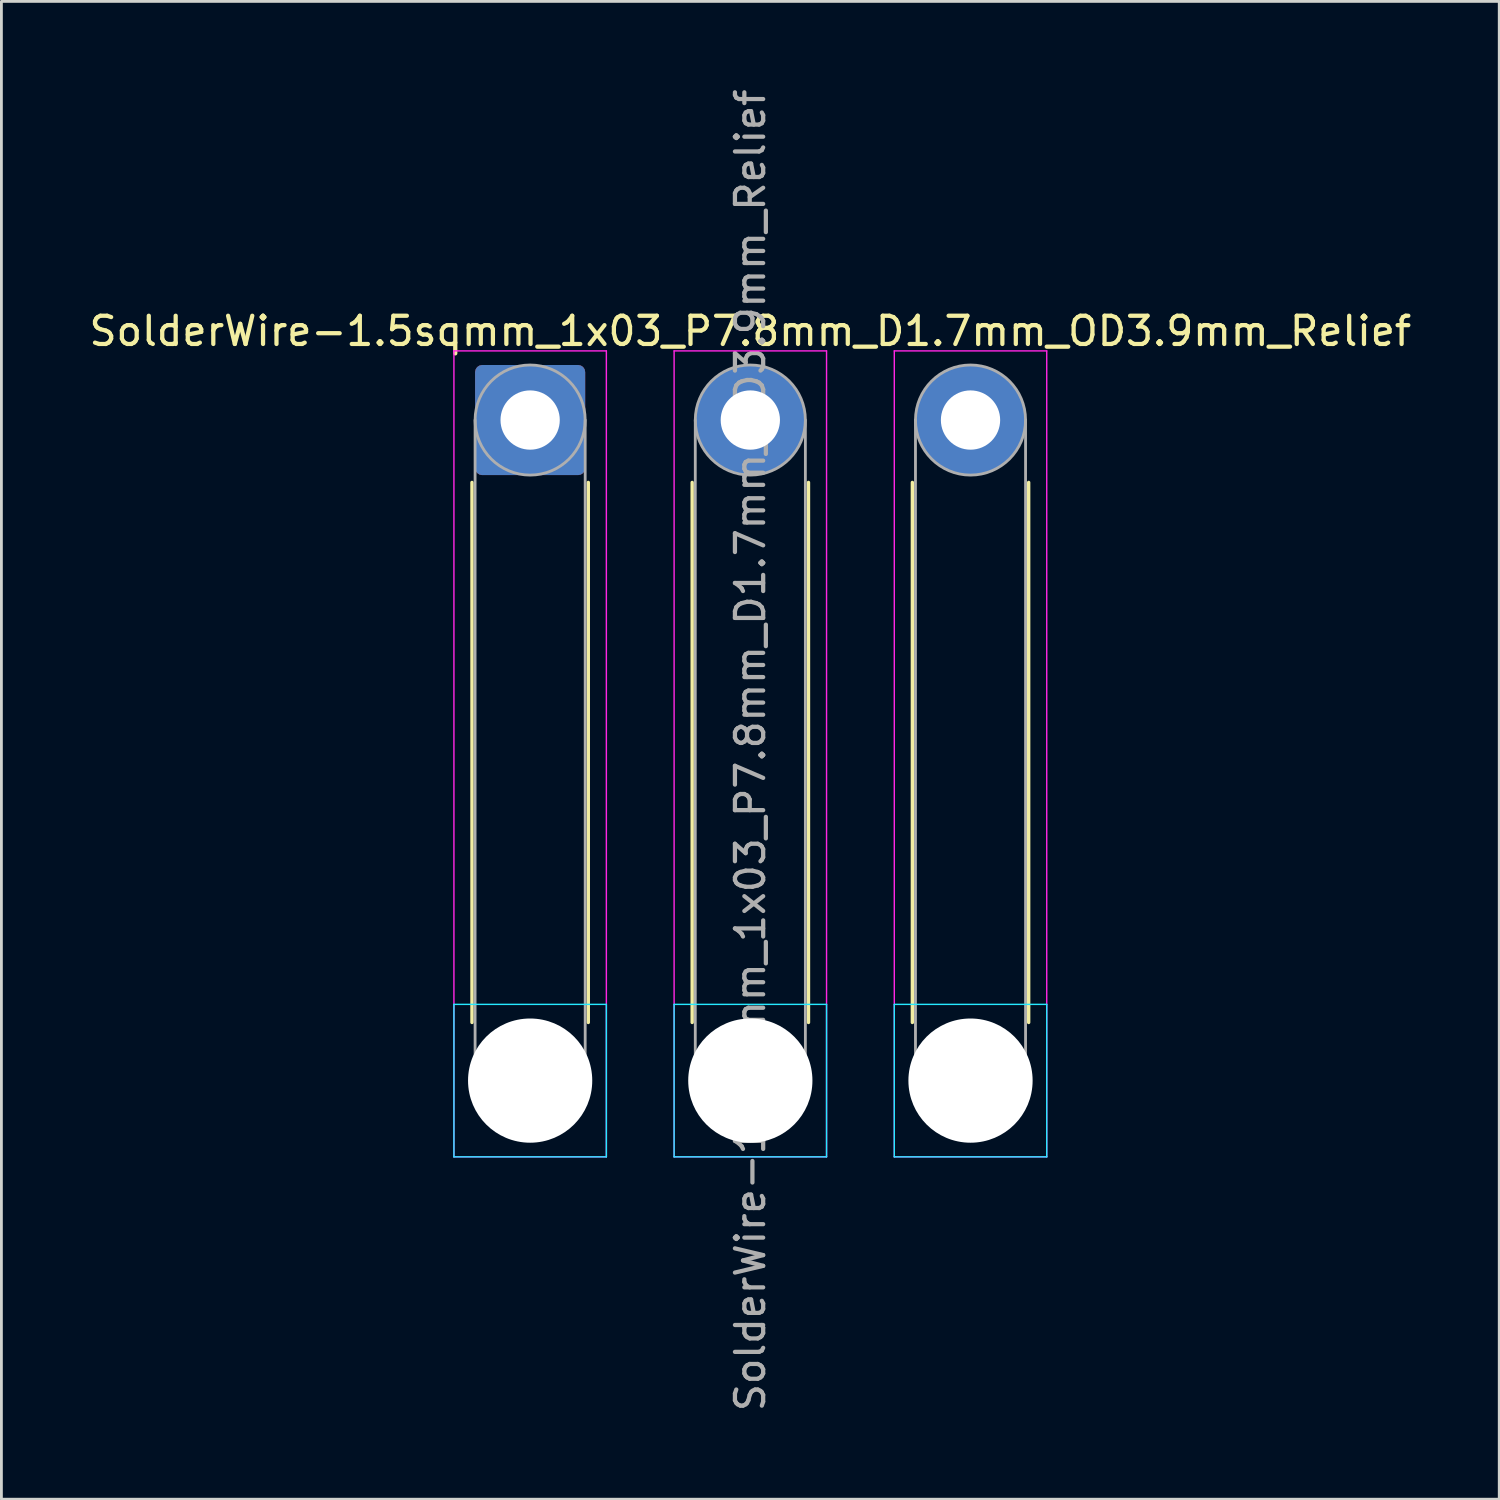
<source format=kicad_pcb>
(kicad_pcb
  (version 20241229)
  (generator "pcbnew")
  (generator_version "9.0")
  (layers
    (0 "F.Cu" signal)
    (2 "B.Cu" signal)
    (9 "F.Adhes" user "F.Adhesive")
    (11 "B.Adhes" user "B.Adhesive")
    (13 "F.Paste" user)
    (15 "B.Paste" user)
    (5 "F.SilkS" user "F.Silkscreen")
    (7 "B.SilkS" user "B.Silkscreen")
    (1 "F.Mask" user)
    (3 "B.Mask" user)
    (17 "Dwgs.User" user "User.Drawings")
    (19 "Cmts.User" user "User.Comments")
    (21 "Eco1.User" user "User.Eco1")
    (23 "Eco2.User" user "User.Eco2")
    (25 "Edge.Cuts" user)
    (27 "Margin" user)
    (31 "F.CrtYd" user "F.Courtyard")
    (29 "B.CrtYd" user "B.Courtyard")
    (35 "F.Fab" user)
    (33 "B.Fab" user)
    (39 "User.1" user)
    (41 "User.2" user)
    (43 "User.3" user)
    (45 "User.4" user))
  (footprint "SolderWire-1.5sqmm_1x03_P7.8mm_D1.7mm_OD3.9mm_Relief"
    (layer "F.Cu")
    (at 15.73 11.83)
    (property "Reference" "SolderWire-1.5sqmm_1x03_P7.8mm_D1.7mm_OD3.9mm_Relief" (at 7.8 -3.15 0) (layer "F.SilkS") (effects (font (size 1 1) (thickness 0.15))))
    (attr exclude_from_pos_files exclude_from_bom)
    (fp_line (start -2.06 2.21) (end -2.06 21.34) (stroke (width 0.12) (type solid)) (layer "F.SilkS"))
    (fp_line (start 2.06 2.21) (end 2.06 21.34) (stroke (width 0.12) (type solid)) (layer "F.SilkS"))
    (fp_line (start 5.74 2.21) (end 5.74 21.34) (stroke (width 0.12) (type solid)) (layer "F.SilkS"))
    (fp_line (start 9.86 2.21) (end 9.86 21.34) (stroke (width 0.12) (type solid)) (layer "F.SilkS"))
    (fp_line (start 13.54 2.21) (end 13.54 21.34) (stroke (width 0.12) (type solid)) (layer "F.SilkS"))
    (fp_line (start 17.66 2.21) (end 17.66 21.34) (stroke (width 0.12) (type solid)) (layer "F.SilkS"))
    (fp_line (start -2.7 20.7) (end -2.7 26.1) (stroke (width 0.05) (type solid)) (layer "B.CrtYd"))
    (fp_line (start -2.7 26.1) (end 2.7 26.1) (stroke (width 0.05) (type solid)) (layer "B.CrtYd"))
    (fp_line (start 2.7 20.7) (end -2.7 20.7) (stroke (width 0.05) (type solid)) (layer "B.CrtYd"))
    (fp_line (start 2.7 26.1) (end 2.7 20.7) (stroke (width 0.05) (type solid)) (layer "B.CrtYd"))
    (fp_line (start 5.1 20.7) (end 5.1 26.1) (stroke (width 0.05) (type solid)) (layer "B.CrtYd"))
    (fp_line (start 5.1 26.1) (end 10.5 26.1) (stroke (width 0.05) (type solid)) (layer "B.CrtYd"))
    (fp_line (start 10.5 20.7) (end 5.1 20.7) (stroke (width 0.05) (type solid)) (layer "B.CrtYd"))
    (fp_line (start 10.5 26.1) (end 10.5 20.7) (stroke (width 0.05) (type solid)) (layer "B.CrtYd"))
    (fp_line (start 12.9 20.7) (end 12.9 26.1) (stroke (width 0.05) (type solid)) (layer "B.CrtYd"))
    (fp_line (start 12.9 26.1) (end 18.3 26.1) (stroke (width 0.05) (type solid)) (layer "B.CrtYd"))
    (fp_line (start 18.3 20.7) (end 12.9 20.7) (stroke (width 0.05) (type solid)) (layer "B.CrtYd"))
    (fp_line (start 18.3 26.1) (end 18.3 20.7) (stroke (width 0.05) (type solid)) (layer "B.CrtYd"))
    (fp_line (start -2.7 -2.45) (end -2.7 26.1) (stroke (width 0.05) (type solid)) (layer "F.CrtYd"))
    (fp_line (start -2.7 26.1) (end 2.7 26.1) (stroke (width 0.05) (type solid)) (layer "F.CrtYd"))
    (fp_line (start 2.7 -2.45) (end -2.7 -2.45) (stroke (width 0.05) (type solid)) (layer "F.CrtYd"))
    (fp_line (start 2.7 26.1) (end 2.7 -2.45) (stroke (width 0.05) (type solid)) (layer "F.CrtYd"))
    (fp_line (start 5.1 -2.45) (end 5.1 26.1) (stroke (width 0.05) (type solid)) (layer "F.CrtYd"))
    (fp_line (start 5.1 26.1) (end 10.5 26.1) (stroke (width 0.05) (type solid)) (layer "F.CrtYd"))
    (fp_line (start 10.5 -2.45) (end 5.1 -2.45) (stroke (width 0.05) (type solid)) (layer "F.CrtYd"))
    (fp_line (start 10.5 26.1) (end 10.5 -2.45) (stroke (width 0.05) (type solid)) (layer "F.CrtYd"))
    (fp_line (start 12.9 -2.45) (end 12.9 26.1) (stroke (width 0.05) (type solid)) (layer "F.CrtYd"))
    (fp_line (start 12.9 26.1) (end 18.3 26.1) (stroke (width 0.05) (type solid)) (layer "F.CrtYd"))
    (fp_line (start 18.3 -2.45) (end 12.9 -2.45) (stroke (width 0.05) (type solid)) (layer "F.CrtYd"))
    (fp_line (start 18.3 26.1) (end 18.3 -2.45) (stroke (width 0.05) (type solid)) (layer "F.CrtYd"))
    (fp_line (start -1.95 0) (end -1.95 23.4) (stroke (width 0.1) (type solid)) (layer "F.Fab"))
    (fp_line (start 1.95 0) (end 1.95 23.4) (stroke (width 0.1) (type solid)) (layer "F.Fab"))
    (fp_line (start 5.85 0) (end 5.85 23.4) (stroke (width 0.1) (type solid)) (layer "F.Fab"))
    (fp_line (start 9.75 0) (end 9.75 23.4) (stroke (width 0.1) (type solid)) (layer "F.Fab"))
    (fp_line (start 13.65 0) (end 13.65 23.4) (stroke (width 0.1) (type solid)) (layer "F.Fab"))
    (fp_line (start 17.55 0) (end 17.55 23.4) (stroke (width 0.1) (type solid)) (layer "F.Fab"))
    (fp_circle (center 0 0) (end 1.95 0) (stroke (width 0.1) (type solid)) (fill no) (layer "F.Fab"))
    (fp_circle (center 0 23.4) (end 1.95 23.4) (stroke (width 0.1) (type solid)) (fill no) (layer "F.Fab"))
    (fp_circle (center 7.8 0) (end 9.75 0) (stroke (width 0.1) (type solid)) (fill no) (layer "F.Fab"))
    (fp_circle (center 7.8 23.4) (end 9.75 23.4) (stroke (width 0.1) (type solid)) (fill no) (layer "F.Fab"))
    (fp_circle (center 15.6 0) (end 17.55 0) (stroke (width 0.1) (type solid)) (fill no) (layer "F.Fab"))
    (fp_circle (center 15.6 23.4) (end 17.55 23.4) (stroke (width 0.1) (type solid)) (fill no) (layer "F.Fab"))
    (fp_text user "${REFERENCE}" (at 7.8 11.7 90) (layer "F.Fab") (effects (font (size 1 1) (thickness 0.15))))
    (pad "" np_thru_hole circle (at 0 23.4) (size 4.4 4.4) (drill 4.4) (layers "*.Cu" "*.Mask"))
    (pad "" np_thru_hole circle (at 7.8 23.4) (size 4.4 4.4) (drill 4.4) (layers "*.Cu" "*.Mask"))
    (pad "" np_thru_hole circle (at 15.6 23.4) (size 4.4 4.4) (drill 4.4) (layers "*.Cu" "*.Mask"))
    (pad "1" thru_hole roundrect (at 0 0) (size 3.9 3.9) (drill 2.1) (layers "*.Cu" "*.Mask") (roundrect_rratio 0.064))
    (pad "2" thru_hole circle (at 7.8 0) (size 3.9 3.9) (drill 2.1) (layers "*.Cu" "*.Mask"))
    (pad "3" thru_hole circle (at 15.6 0) (size 3.9 3.9) (drill 2.1) (layers "*.Cu" "*.Mask")))
  (gr_rect
    (start -3 -3)
    (end 50.06 50.06)
    (stroke (width 0.1) (type default))
    (fill no)
    (layer "Edge.Cuts")))
</source>
